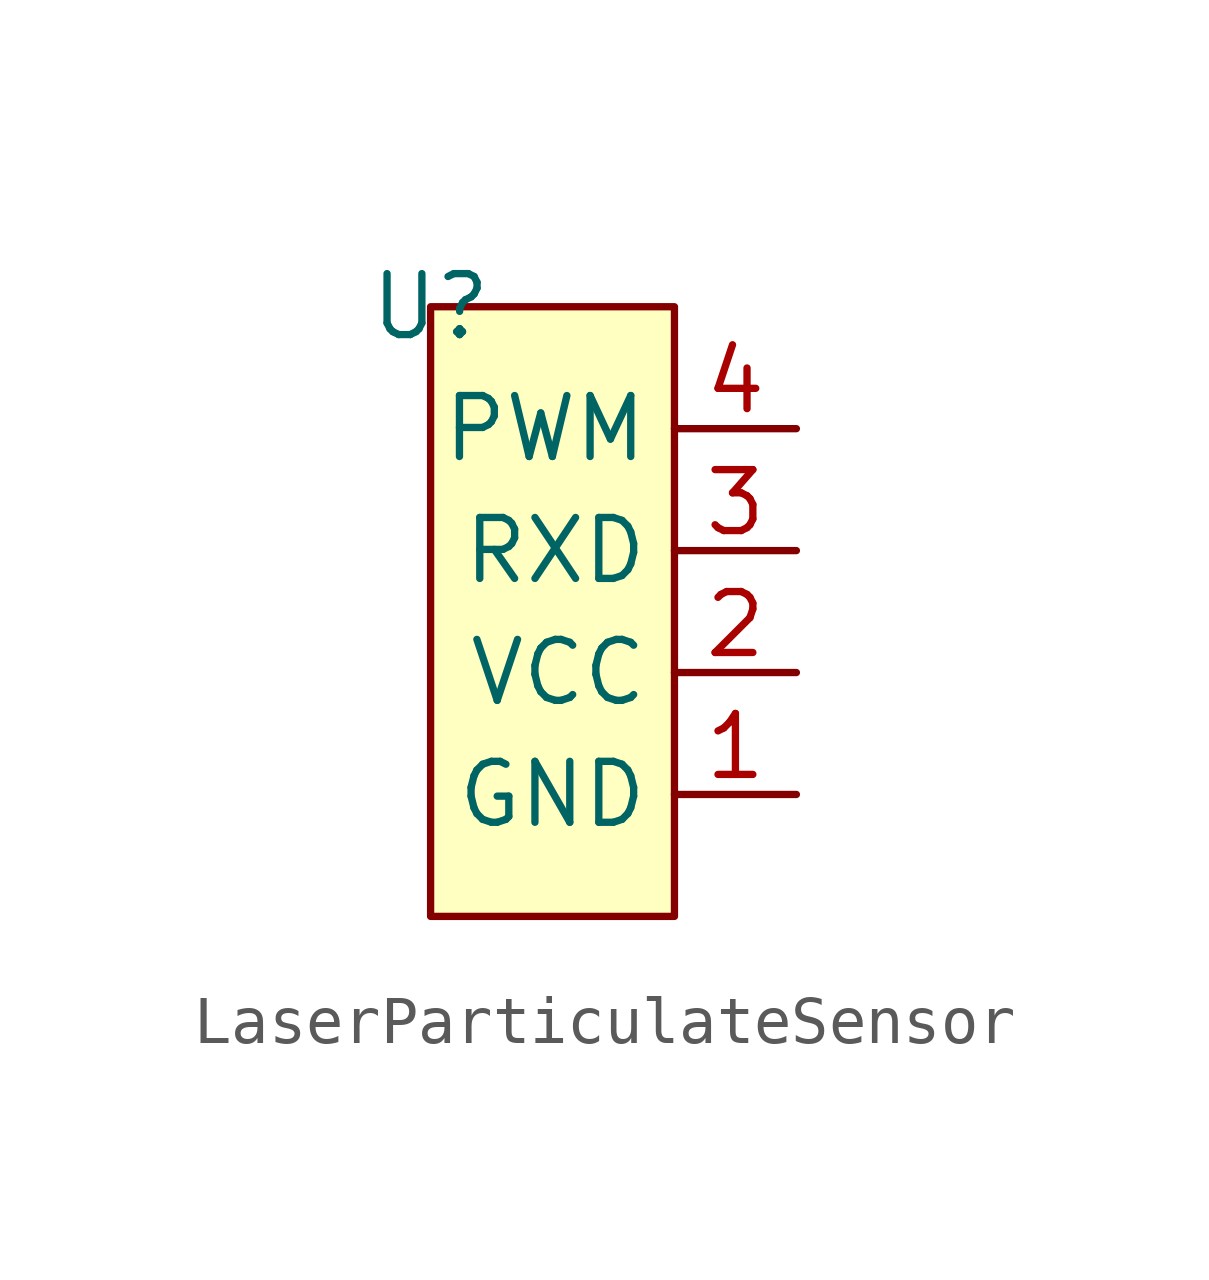
<source format=kicad_sym>
(kicad_symbol_lib
  (version 20220914)
  (generator kicad_symbol_editor)
  (symbol "LaserParticulateSensor"
    (property "Reference" "U"
      (at 0 0 0)
      (effects (font (size 1.27 1.27))))
    (property "Value" ""
      (at 0 0 0)
      (effects (font (size 1.27 1.27))))
    (symbol "LaserParticulateSensor_1_1"
      (rectangle (start 0 0) (end 5.08 -12.7) (stroke (width 0) (type default)) (fill (type background)))
      (pin input line (at 7.62 -10.16 180) (length 2.54) (name "GND" (effects (font (size 1.27 1.27)))) (number "1" (effects (font (size 1.27 1.27)))))
      (pin input line (at 7.62 -7.62 180) (length 2.54) (name "VCC" (effects (font (size 1.27 1.27)))) (number "2" (effects (font (size 1.27 1.27)))))
      (pin input line (at 7.62 -5.08 180) (length 2.54) (name "RXD" (effects (font (size 1.27 1.27)))) (number "3" (effects (font (size 1.27 1.27)))))
      (pin output line (at 7.62 -2.54 180) (length 2.54) (name "PWM" (effects (font (size 1.27 1.27)))) (number "4" (effects (font (size 1.27 1.27))))))))
</source>
